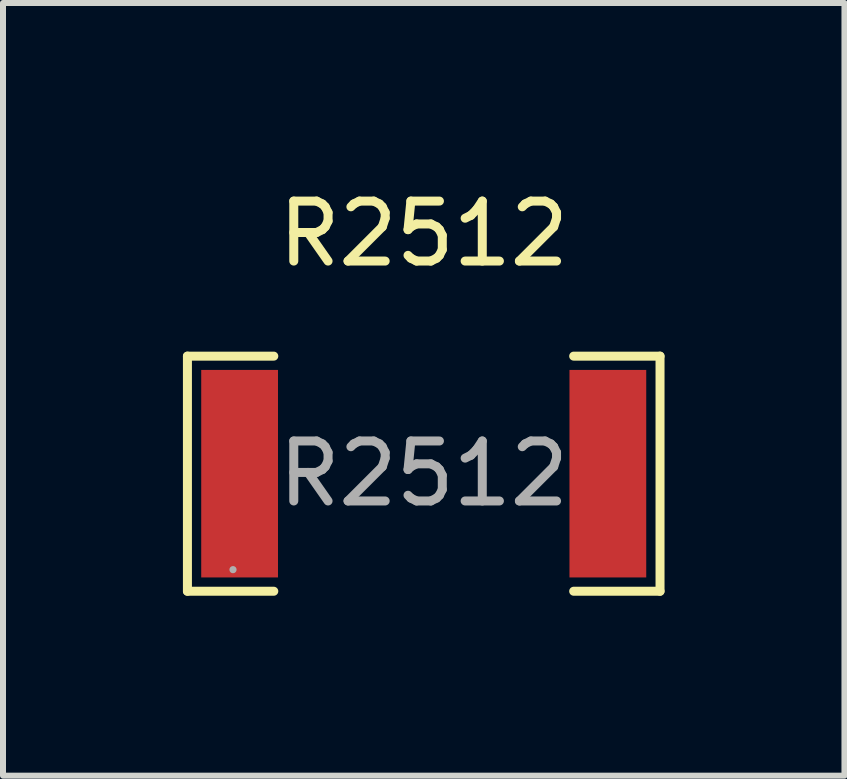
<source format=kicad_pcb>
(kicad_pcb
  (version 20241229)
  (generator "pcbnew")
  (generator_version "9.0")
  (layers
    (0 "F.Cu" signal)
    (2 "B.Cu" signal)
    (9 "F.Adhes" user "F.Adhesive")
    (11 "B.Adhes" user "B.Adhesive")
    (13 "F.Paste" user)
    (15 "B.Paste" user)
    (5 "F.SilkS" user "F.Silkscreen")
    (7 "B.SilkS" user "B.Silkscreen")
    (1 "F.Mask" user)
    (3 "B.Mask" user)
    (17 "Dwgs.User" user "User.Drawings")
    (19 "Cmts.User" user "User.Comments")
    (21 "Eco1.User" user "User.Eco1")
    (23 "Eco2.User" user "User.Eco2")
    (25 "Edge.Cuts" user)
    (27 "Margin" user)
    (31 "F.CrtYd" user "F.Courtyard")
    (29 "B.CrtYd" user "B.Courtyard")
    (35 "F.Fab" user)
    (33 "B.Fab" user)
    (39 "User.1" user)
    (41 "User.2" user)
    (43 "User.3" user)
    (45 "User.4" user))
  (footprint "R2512"
    (layer "F.Cu")
    (at 4.015 4.848)
    (property "Reference" "R2512" (at 0 -4 0) (layer "F.SilkS") (effects (font (size 1 1) (thickness 0.15))))
    (attr smd)
    (fp_line (start -3.94 -1.96) (end -2.5 -1.96) (stroke (width 0.15) (type solid)) (layer "F.SilkS"))
    (fp_line (start -3.94 1.96) (end -3.94 -1.96) (stroke (width 0.15) (type solid)) (layer "F.SilkS"))
    (fp_line (start -2.5 1.96) (end -3.94 1.96) (stroke (width 0.15) (type solid)) (layer "F.SilkS"))
    (fp_line (start 2.5 1.96) (end 3.94 1.96) (stroke (width 0.15) (type solid)) (layer "F.SilkS"))
    (fp_line (start 3.94 -1.96) (end 2.5 -1.96) (stroke (width 0.15) (type solid)) (layer "F.SilkS"))
    (fp_line (start 3.94 1.96) (end 3.94 -1.96) (stroke (width 0.15) (type solid)) (layer "F.SilkS"))
    (fp_circle (center -3.18 1.6) (end -3.15 1.6) (stroke (width 0.06) (type solid)) (fill no) (layer "F.Fab"))
    (fp_text user "${REFERENCE}" (at 0 0 0) (layer "F.Fab") (effects (font (size 1 1) (thickness 0.15))))
    (pad "1" smd rect (at -3.07 0 180) (size 1.28 3.46) (layers "F.Cu" "F.Mask" "F.Paste"))
    (pad "2" smd rect (at 3.07 0 180) (size 1.28 3.46) (layers "F.Cu" "F.Mask" "F.Paste")))
  (gr_rect
    (start -3 -3)
    (end 11.03 9.883)
    (stroke (width 0.1) (type default))
    (fill no)
    (layer "Edge.Cuts")))
</source>
